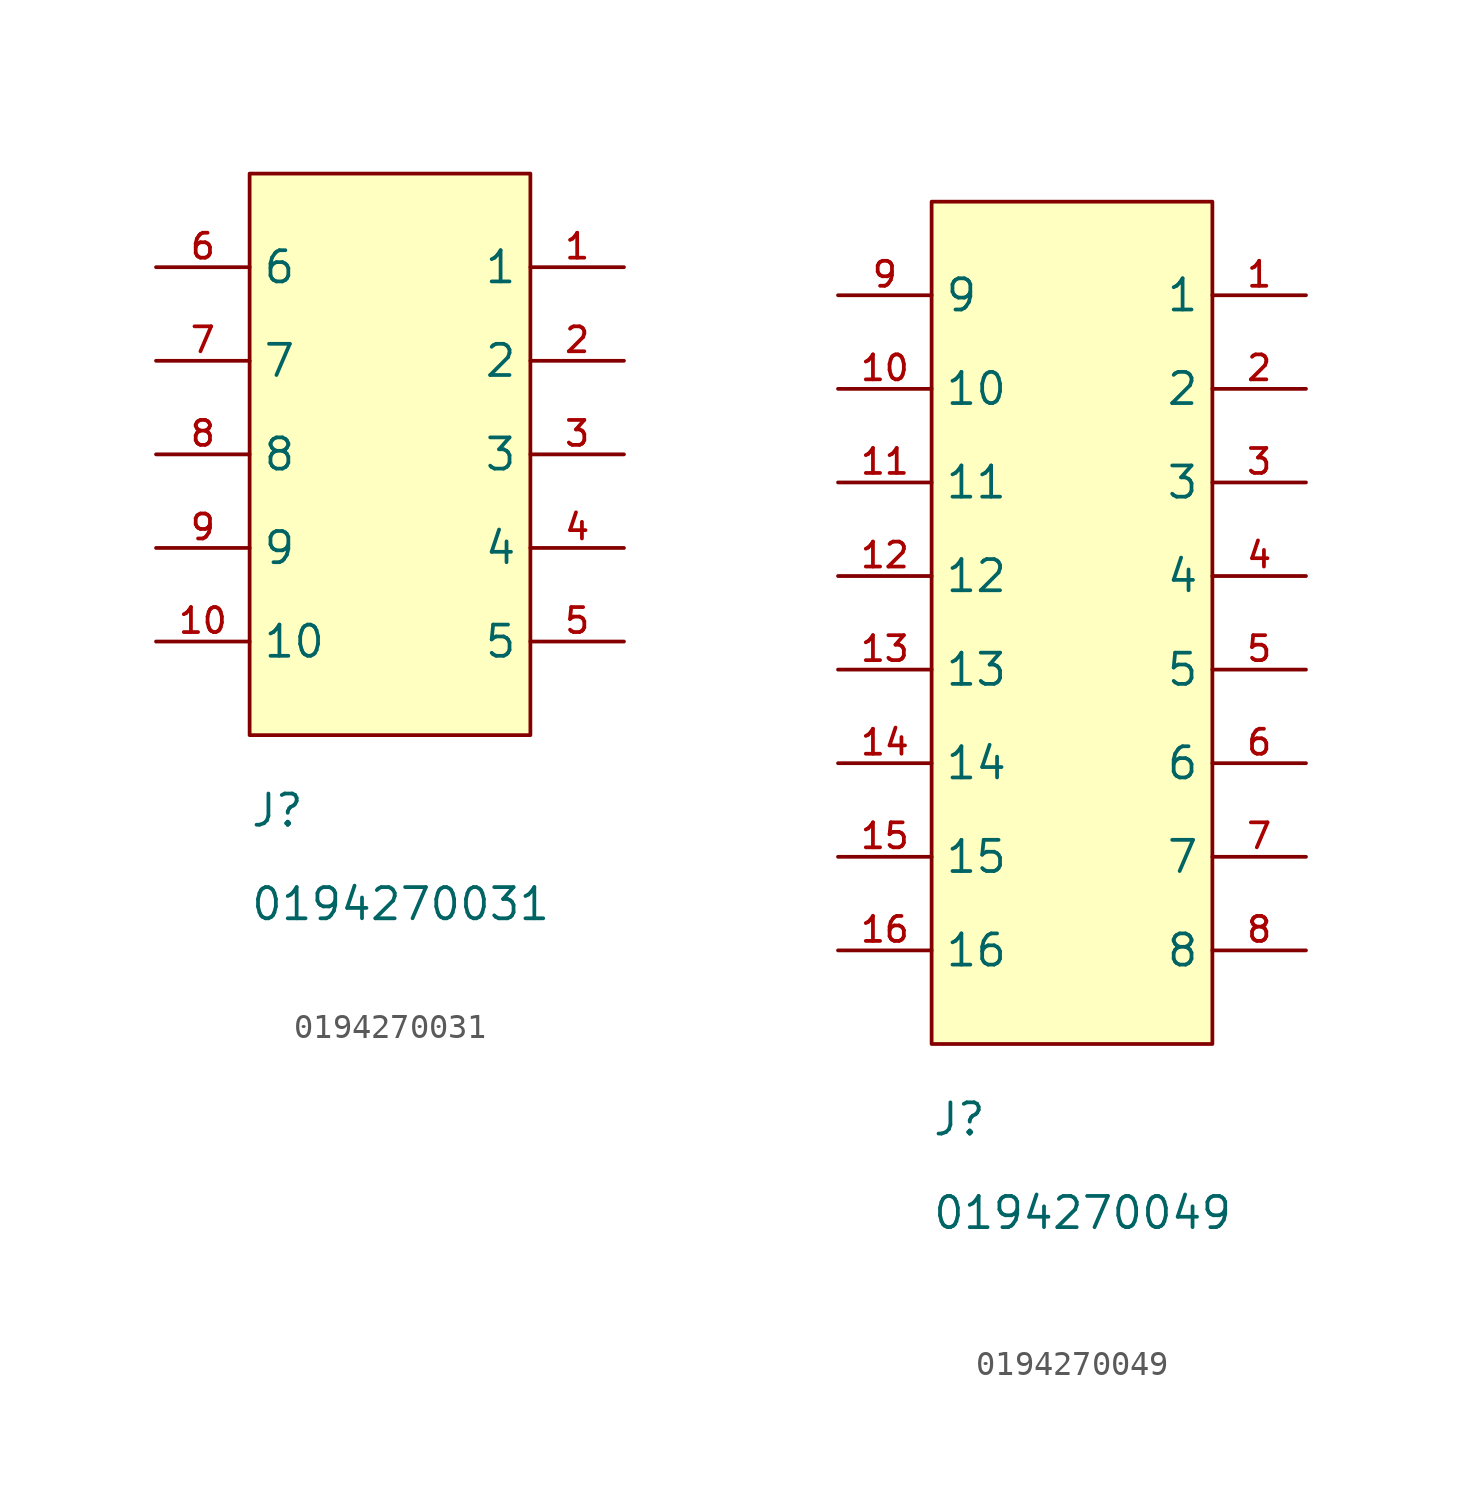
<source format=kicad_sym>
(kicad_symbol_lib
  (version 20241209)
  (generator "kicad_symbol_editor")
  (generator_version "9.0")
  (symbol "0194270031"
    (property "Reference" "J"
      (at 0 -3.81 0)
      (effects (font (size 1.27 1.27)) (justify left bottom)))
    (property "Value" "0194270031"
      (at 0 -7.62 0)
      (effects (font (size 1.27 1.27)) (justify left bottom)))
    (symbol "0194270031_1_1"
      (rectangle (start 0 22.86) (end 11.43 0) (stroke (width 0) (type solid)) (fill (type background)))
      (pin passive line (at -3.81 19.05 0) (length 3.81) (name "6" (effects (font (size 1.27 1.27)))) (number "6" (effects (font (size 1.016 1.016)))))
      (pin passive line (at -3.81 15.24 0) (length 3.81) (name "7" (effects (font (size 1.27 1.27)))) (number "7" (effects (font (size 1.016 1.016)))))
      (pin passive line (at -3.81 11.43 0) (length 3.81) (name "8" (effects (font (size 1.27 1.27)))) (number "8" (effects (font (size 1.016 1.016)))))
      (pin passive line (at -3.81 7.62 0) (length 3.81) (name "9" (effects (font (size 1.27 1.27)))) (number "9" (effects (font (size 1.016 1.016)))))
      (pin passive line (at -3.81 3.81 0) (length 3.81) (name "10" (effects (font (size 1.27 1.27)))) (number "10" (effects (font (size 1.016 1.016)))))
      (pin passive line (at 15.24 19.05 180) (length 3.81) (name "1" (effects (font (size 1.27 1.27)))) (number "1" (effects (font (size 1.016 1.016)))))
      (pin passive line (at 15.24 15.24 180) (length 3.81) (name "2" (effects (font (size 1.27 1.27)))) (number "2" (effects (font (size 1.016 1.016)))))
      (pin passive line (at 15.24 11.43 180) (length 3.81) (name "3" (effects (font (size 1.27 1.27)))) (number "3" (effects (font (size 1.016 1.016)))))
      (pin passive line (at 15.24 7.62 180) (length 3.81) (name "4" (effects (font (size 1.27 1.27)))) (number "4" (effects (font (size 1.016 1.016)))))
      (pin passive line (at 15.24 3.81 180) (length 3.81) (name "5" (effects (font (size 1.27 1.27)))) (number "5" (effects (font (size 1.016 1.016)))))))
  (symbol "0194270049"
    (property "Reference" "J"
      (at 0 -3.81 0)
      (effects (font (size 1.27 1.27)) (justify left bottom)))
    (property "Value" "0194270049"
      (at 0 -7.62 0)
      (effects (font (size 1.27 1.27)) (justify left bottom)))
    (symbol "0194270049_1_1"
      (rectangle (start 0 34.29) (end 11.43 0) (stroke (width 0) (type solid)) (fill (type background)))
      (pin passive line (at -3.81 30.48 0) (length 3.81) (name "9" (effects (font (size 1.27 1.27)))) (number "9" (effects (font (size 1.016 1.016)))))
      (pin passive line (at -3.81 26.67 0) (length 3.81) (name "10" (effects (font (size 1.27 1.27)))) (number "10" (effects (font (size 1.016 1.016)))))
      (pin passive line (at -3.81 22.86 0) (length 3.81) (name "11" (effects (font (size 1.27 1.27)))) (number "11" (effects (font (size 1.016 1.016)))))
      (pin passive line (at -3.81 19.05 0) (length 3.81) (name "12" (effects (font (size 1.27 1.27)))) (number "12" (effects (font (size 1.016 1.016)))))
      (pin passive line (at -3.81 15.24 0) (length 3.81) (name "13" (effects (font (size 1.27 1.27)))) (number "13" (effects (font (size 1.016 1.016)))))
      (pin passive line (at -3.81 11.43 0) (length 3.81) (name "14" (effects (font (size 1.27 1.27)))) (number "14" (effects (font (size 1.016 1.016)))))
      (pin passive line (at -3.81 7.62 0) (length 3.81) (name "15" (effects (font (size 1.27 1.27)))) (number "15" (effects (font (size 1.016 1.016)))))
      (pin passive line (at -3.81 3.81 0) (length 3.81) (name "16" (effects (font (size 1.27 1.27)))) (number "16" (effects (font (size 1.016 1.016)))))
      (pin passive line (at 15.24 30.48 180) (length 3.81) (name "1" (effects (font (size 1.27 1.27)))) (number "1" (effects (font (size 1.016 1.016)))))
      (pin passive line (at 15.24 26.67 180) (length 3.81) (name "2" (effects (font (size 1.27 1.27)))) (number "2" (effects (font (size 1.016 1.016)))))
      (pin passive line (at 15.24 22.86 180) (length 3.81) (name "3" (effects (font (size 1.27 1.27)))) (number "3" (effects (font (size 1.016 1.016)))))
      (pin passive line (at 15.24 19.05 180) (length 3.81) (name "4" (effects (font (size 1.27 1.27)))) (number "4" (effects (font (size 1.016 1.016)))))
      (pin passive line (at 15.24 15.24 180) (length 3.81) (name "5" (effects (font (size 1.27 1.27)))) (number "5" (effects (font (size 1.016 1.016)))))
      (pin passive line (at 15.24 11.43 180) (length 3.81) (name "6" (effects (font (size 1.27 1.27)))) (number "6" (effects (font (size 1.016 1.016)))))
      (pin passive line (at 15.24 7.62 180) (length 3.81) (name "7" (effects (font (size 1.27 1.27)))) (number "7" (effects (font (size 1.016 1.016)))))
      (pin passive line (at 15.24 3.81 180) (length 3.81) (name "8" (effects (font (size 1.27 1.27)))) (number "8" (effects (font (size 1.016 1.016))))))))
</source>
